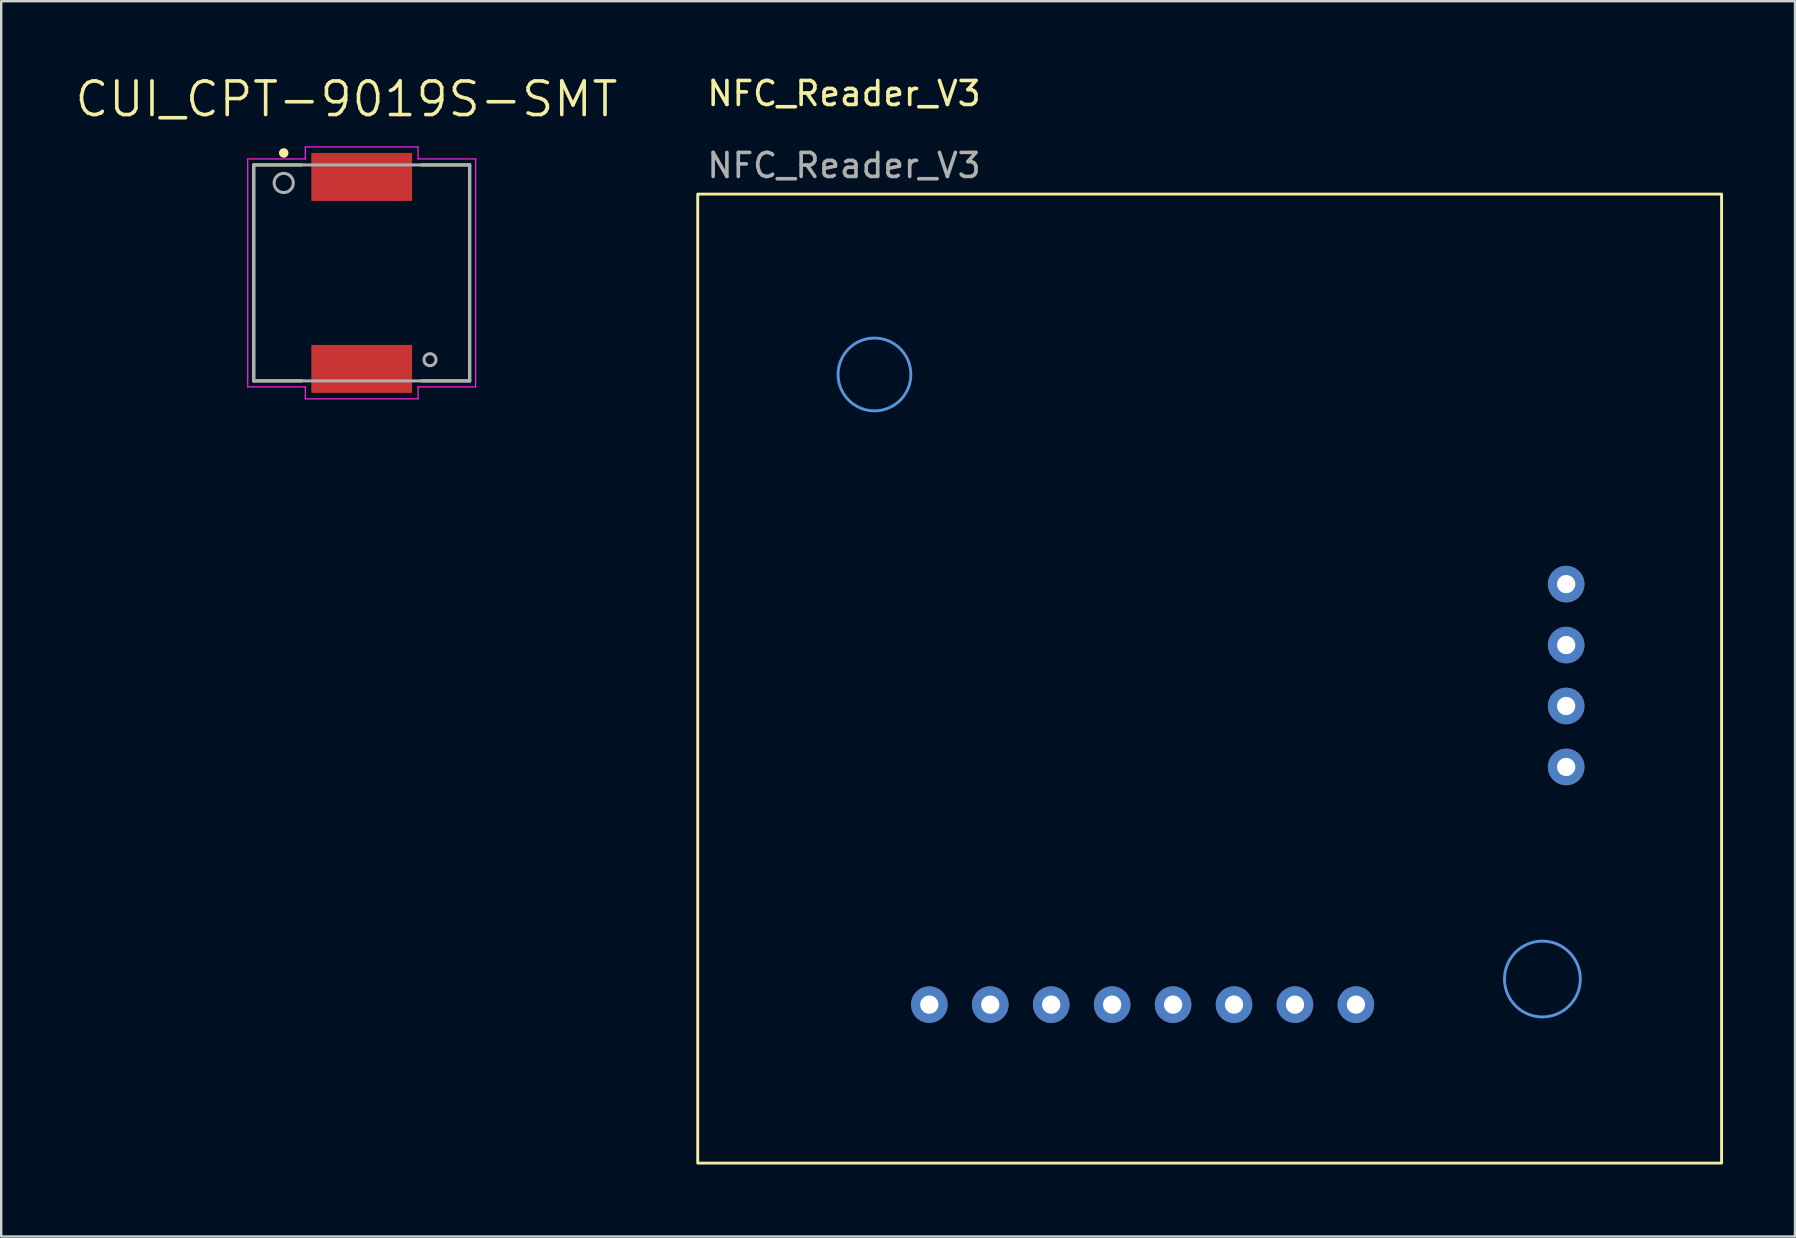
<source format=kicad_pcb>
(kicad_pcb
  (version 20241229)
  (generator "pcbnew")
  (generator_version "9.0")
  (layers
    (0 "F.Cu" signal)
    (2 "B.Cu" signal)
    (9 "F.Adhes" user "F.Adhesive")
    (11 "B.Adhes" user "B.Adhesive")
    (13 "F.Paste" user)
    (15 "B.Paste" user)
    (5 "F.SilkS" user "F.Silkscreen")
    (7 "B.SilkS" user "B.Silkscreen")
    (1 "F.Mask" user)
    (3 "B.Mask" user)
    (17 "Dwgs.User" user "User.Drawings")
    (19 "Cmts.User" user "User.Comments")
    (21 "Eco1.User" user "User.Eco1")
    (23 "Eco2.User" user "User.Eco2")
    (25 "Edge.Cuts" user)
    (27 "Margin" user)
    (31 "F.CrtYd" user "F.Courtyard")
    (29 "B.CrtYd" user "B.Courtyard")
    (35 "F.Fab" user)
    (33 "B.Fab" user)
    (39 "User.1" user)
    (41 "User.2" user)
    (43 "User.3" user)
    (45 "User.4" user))
  (footprint "CUI_CPT-9019S-SMT"
    (layer "F.Cu")
    (at 12.025 8.325)
    (property "Reference" "CUI_CPT-9019S-SMT" (at -0.635 -7.242 0) (layer "F.SilkS") (effects (font (size 1.401 1.401) (thickness 0.15))))
    (attr through_hole)
    (fp_line (start -4.5 -4.5) (end -4.5 4.5) (stroke (width 0.127) (type solid)) (layer "F.SilkS"))
    (fp_line (start -4.5 4.5) (end -2.5 4.5) (stroke (width 0.127) (type solid)) (layer "F.SilkS"))
    (fp_line (start -2.5 -4.5) (end -4.5 -4.5) (stroke (width 0.127) (type solid)) (layer "F.SilkS"))
    (fp_line (start 2.5 4.5) (end 4.5 4.5) (stroke (width 0.127) (type solid)) (layer "F.SilkS"))
    (fp_line (start 4.5 -4.5) (end 2.5 -4.5) (stroke (width 0.127) (type solid)) (layer "F.SilkS"))
    (fp_line (start 4.5 4.5) (end 4.5 -4.5) (stroke (width 0.127) (type solid)) (layer "F.SilkS"))
    (fp_circle (center -3.25 -5) (end -3.15 -5) (stroke (width 0.2) (type solid)) (fill no) (layer "F.SilkS"))
    (fp_line (start -4.75 -4.75) (end -2.35 -4.75) (stroke (width 0.05) (type solid)) (layer "F.CrtYd"))
    (fp_line (start -4.75 4.75) (end -4.75 -4.75) (stroke (width 0.05) (type solid)) (layer "F.CrtYd"))
    (fp_line (start -2.35 -5.25) (end 2.35 -5.25) (stroke (width 0.05) (type solid)) (layer "F.CrtYd"))
    (fp_line (start -2.35 -4.75) (end -2.35 -5.25) (stroke (width 0.05) (type solid)) (layer "F.CrtYd"))
    (fp_line (start -2.35 4.75) (end -4.75 4.75) (stroke (width 0.05) (type solid)) (layer "F.CrtYd"))
    (fp_line (start -2.35 5.25) (end -2.35 4.75) (stroke (width 0.05) (type solid)) (layer "F.CrtYd"))
    (fp_line (start 2.35 -5.25) (end 2.35 -4.75) (stroke (width 0.05) (type solid)) (layer "F.CrtYd"))
    (fp_line (start 2.35 -4.75) (end 4.75 -4.75) (stroke (width 0.05) (type solid)) (layer "F.CrtYd"))
    (fp_line (start 2.35 4.75) (end 2.35 5.25) (stroke (width 0.05) (type solid)) (layer "F.CrtYd"))
    (fp_line (start 2.35 5.25) (end -2.35 5.25) (stroke (width 0.05) (type solid)) (layer "F.CrtYd"))
    (fp_line (start 4.75 -4.75) (end 4.75 4.75) (stroke (width 0.05) (type solid)) (layer "F.CrtYd"))
    (fp_line (start 4.75 4.75) (end 2.35 4.75) (stroke (width 0.05) (type solid)) (layer "F.CrtYd"))
    (fp_line (start -4.5 -4.5) (end 4.5 -4.5) (stroke (width 0.127) (type solid)) (layer "F.Fab"))
    (fp_line (start -4.5 4.5) (end -4.5 -4.5) (stroke (width 0.127) (type solid)) (layer "F.Fab"))
    (fp_line (start 4.5 -4.5) (end 4.5 4.5) (stroke (width 0.127) (type solid)) (layer "F.Fab"))
    (fp_line (start 4.5 4.5) (end -4.5 4.5) (stroke (width 0.127) (type solid)) (layer "F.Fab"))
    (fp_circle (center -3.25 -3.75) (end -2.85 -3.75) (stroke (width 0.127) (type solid)) (fill no) (layer "F.Fab"))
    (fp_circle (center 2.846 3.616) (end 3.096 3.616) (stroke (width 0.127) (type solid)) (fill no) (layer "F.Fab"))
    (pad "1" smd rect (at 0 -4) (size 4.2 2) (layers "F.Cu" "F.Mask" "F.Paste"))
    (pad "2" smd rect (at 0 4) (size 4.2 2) (layers "F.Cu" "F.Mask" "F.Paste")))
  (footprint "NFC_Reader_V3"
    (layer "F.Cu")
    (at 26.03 5.039)
    (property "Reference" "NFC_Reader_V3" (at 6.096 -4.191 0) (unlocked yes) (layer "F.SilkS") (effects (font (size 1 1) (thickness 0.15))))
    (attr through_hole)
    (fp_rect (start 0 0) (end 42.672 40.386) (stroke (width 0.12) (type solid)) (fill no) (layer "F.SilkS"))
    (fp_circle (center 7.366 7.518) (end 8.883 7.518) (stroke (width 0.12) (type solid)) (fill no) (layer "Cmts.User"))
    (fp_circle (center 35.204 32.715) (end 36.784 32.715) (stroke (width 0.12) (type solid)) (fill no) (layer "Cmts.User"))
    (fp_text user "${REFERENCE}" (at 6.096 -1.191 0) (unlocked yes) (layer "F.Fab") (effects (font (size 1 1) (thickness 0.15))))
    (pad "1" thru_hole circle (at 36.195 23.876) (size 1.524 1.524) (drill 0.762) (layers "*.Cu" "*.Mask"))
    (pad "2" thru_hole circle (at 36.195 21.336) (size 1.524 1.524) (drill 0.762) (layers "*.Cu" "*.Mask"))
    (pad "3" thru_hole circle (at 36.195 18.796) (size 1.524 1.524) (drill 0.762) (layers "*.Cu" "*.Mask"))
    (pad "4" thru_hole circle (at 36.195 16.256) (size 1.524 1.524) (drill 0.762) (layers "*.Cu" "*.Mask"))
    (pad "5" thru_hole circle (at 27.432 33.782 90) (size 1.524 1.524) (drill 0.762) (layers "*.Cu" "*.Mask"))
    (pad "6" thru_hole circle (at 24.892 33.782) (size 1.524 1.524) (drill 0.762) (layers "*.Cu" "*.Mask"))
    (pad "7" thru_hole circle (at 22.352 33.782) (size 1.524 1.524) (drill 0.762) (layers "*.Cu" "*.Mask"))
    (pad "8" thru_hole circle (at 19.812 33.782) (size 1.524 1.524) (drill 0.762) (layers "*.Cu" "*.Mask"))
    (pad "9" thru_hole circle (at 17.272 33.782) (size 1.524 1.524) (drill 0.762) (layers "*.Cu" "*.Mask"))
    (pad "10" thru_hole circle (at 14.732 33.782) (size 1.524 1.524) (drill 0.762) (layers "*.Cu" "*.Mask"))
    (pad "11" thru_hole circle (at 12.192 33.782) (size 1.524 1.524) (drill 0.762) (layers "*.Cu" "*.Mask"))
    (pad "12" thru_hole circle (at 9.652 33.782) (size 1.524 1.524) (drill 0.762) (layers "*.Cu" "*.Mask")))
  (gr_rect
    (start -3 -3)
    (end 71.762 48.485)
    (stroke (width 0.1) (type default))
    (fill no)
    (layer "Edge.Cuts")))
</source>
